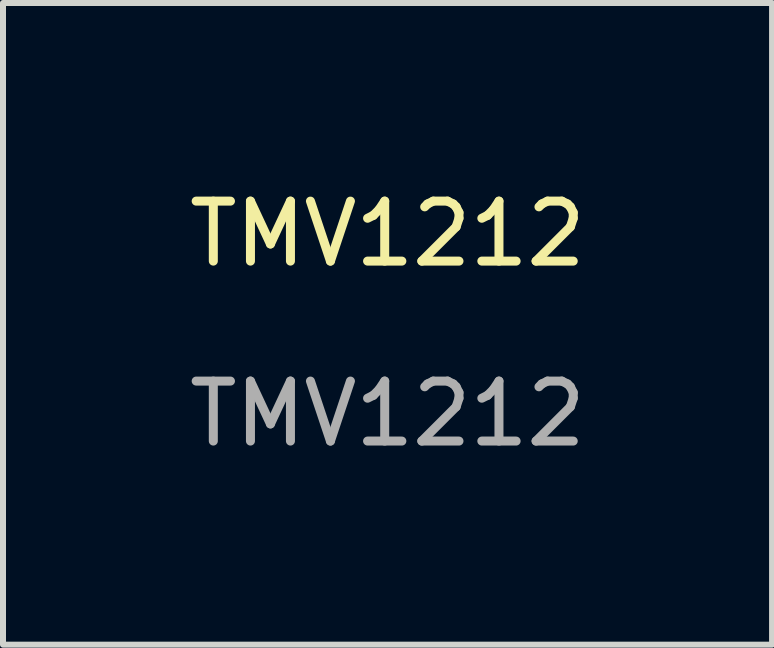
<source format=kicad_pcb>
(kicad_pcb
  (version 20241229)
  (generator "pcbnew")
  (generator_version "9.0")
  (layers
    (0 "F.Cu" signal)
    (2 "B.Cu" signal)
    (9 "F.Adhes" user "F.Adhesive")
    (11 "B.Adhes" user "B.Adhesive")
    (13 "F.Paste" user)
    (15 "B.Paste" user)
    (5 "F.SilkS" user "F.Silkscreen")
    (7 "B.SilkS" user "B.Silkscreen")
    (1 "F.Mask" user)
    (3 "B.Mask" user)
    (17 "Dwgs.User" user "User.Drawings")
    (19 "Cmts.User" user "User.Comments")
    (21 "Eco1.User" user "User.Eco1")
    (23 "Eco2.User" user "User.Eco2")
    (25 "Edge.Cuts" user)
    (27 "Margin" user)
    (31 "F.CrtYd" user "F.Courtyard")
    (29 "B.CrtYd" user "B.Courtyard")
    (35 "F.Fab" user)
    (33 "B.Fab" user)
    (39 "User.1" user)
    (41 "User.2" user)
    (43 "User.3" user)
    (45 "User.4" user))
  (footprint "TMV1212"
    (layer "F.Cu")
    (at 3.411 1.348)
    (property "Reference" "TMV1212" (at 0 -0.5 0) (unlocked yes) (layer "F.SilkS") (effects (font (size 1 1) (thickness 0.15))))
    (attr through_hole)
    (fp_text user "${REFERENCE}" (at 0 2.5 0) (unlocked yes) (layer "F.Fab") (effects (font (size 1 1) (thickness 0.15)))))
  (gr_rect
    (start -3 -3)
    (end 9.821 7.697)
    (stroke (width 0.1) (type default))
    (fill no)
    (layer "Edge.Cuts")))
</source>
